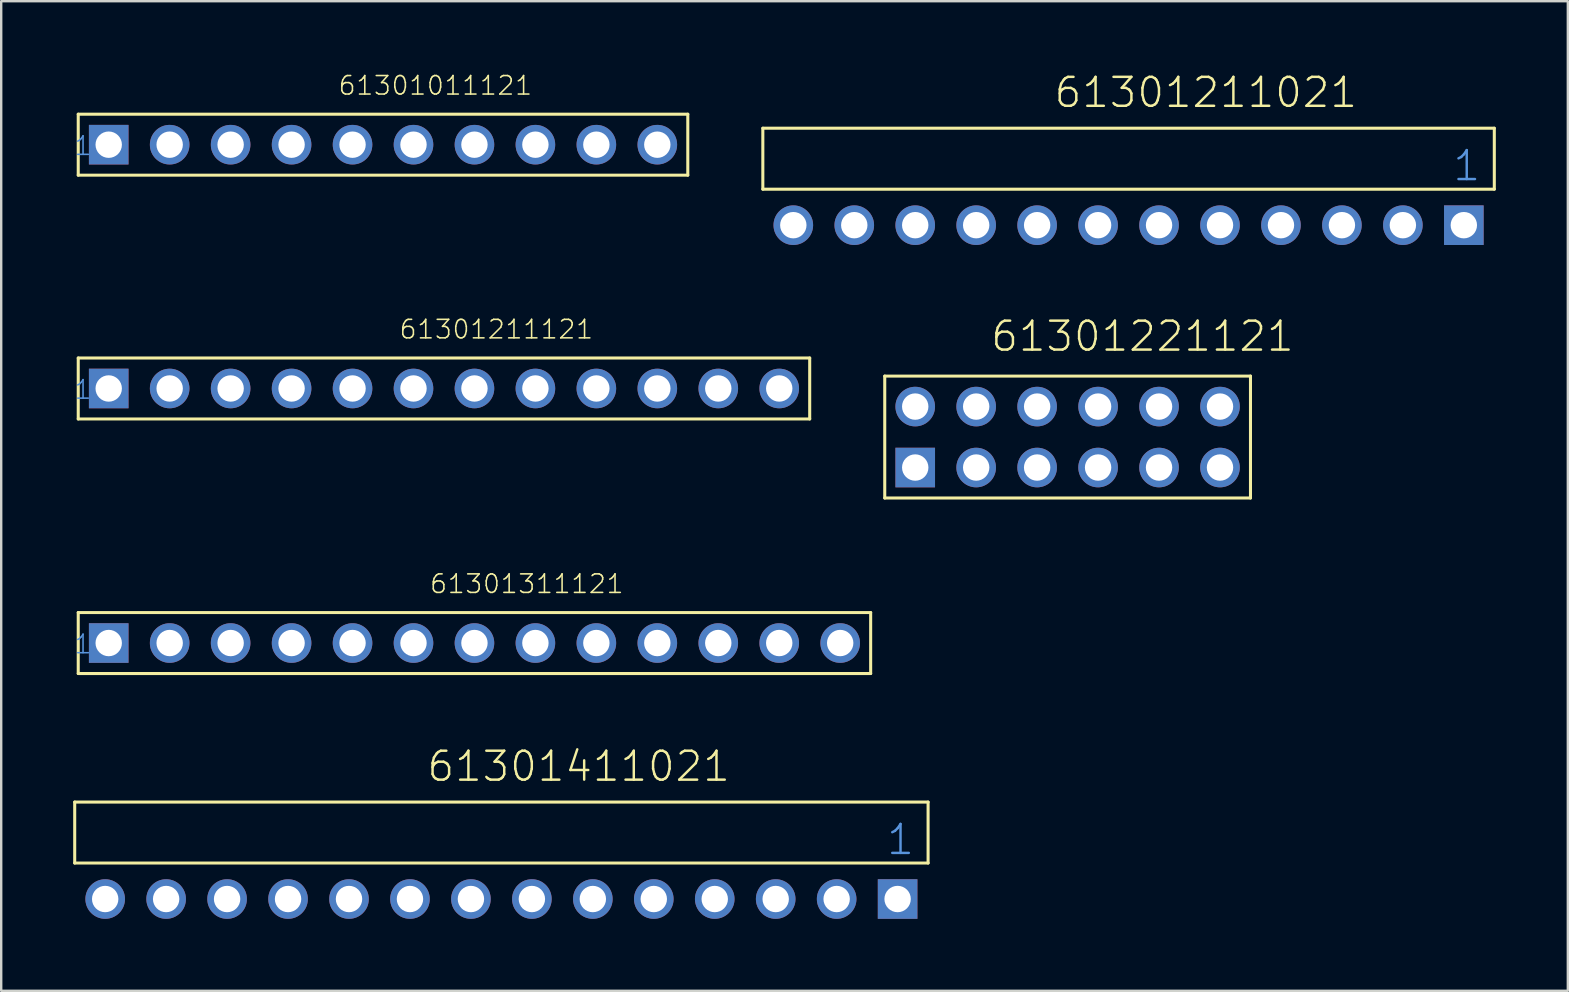
<source format=kicad_pcb>
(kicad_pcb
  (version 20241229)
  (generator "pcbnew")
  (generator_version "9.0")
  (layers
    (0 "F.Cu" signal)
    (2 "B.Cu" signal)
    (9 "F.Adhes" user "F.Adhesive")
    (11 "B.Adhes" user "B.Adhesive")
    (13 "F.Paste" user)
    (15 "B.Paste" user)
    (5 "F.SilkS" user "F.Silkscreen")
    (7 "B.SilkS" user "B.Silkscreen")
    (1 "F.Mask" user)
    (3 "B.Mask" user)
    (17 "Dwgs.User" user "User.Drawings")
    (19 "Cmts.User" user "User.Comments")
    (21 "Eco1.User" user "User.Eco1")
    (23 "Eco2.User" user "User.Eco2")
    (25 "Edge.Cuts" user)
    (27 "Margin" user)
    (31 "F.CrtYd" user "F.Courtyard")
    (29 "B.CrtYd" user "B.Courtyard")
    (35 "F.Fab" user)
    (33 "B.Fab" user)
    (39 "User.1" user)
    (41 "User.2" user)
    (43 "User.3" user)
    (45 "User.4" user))
  (footprint "61301221121"
    (layer "F.Cu")
    (at 41.437 15.162)
    (property "Reference" "61301221121" (at -3.265 -3.492 0) (layer "F.SilkS") (effects (font (size 1.206 1.206) (thickness 0.102)) (justify left bottom)))
    (attr through_hole)
    (fp_line (start -7.62 -2.54) (end 7.62 -2.54) (stroke (width 0.127) (type solid)) (layer "F.SilkS"))
    (fp_line (start -7.62 2.54) (end -7.62 -2.54) (stroke (width 0.127) (type solid)) (layer "F.SilkS"))
    (fp_line (start 7.62 -2.54) (end 7.62 2.54) (stroke (width 0.127) (type solid)) (layer "F.SilkS"))
    (fp_line (start 7.62 2.54) (end -7.62 2.54) (stroke (width 0.127) (type solid)) (layer "F.SilkS"))
    (pad "1" thru_hole rect (at -6.35 1.27 180) (size 1.65 1.65) (drill 1.1) (layers "*.Cu" "*.Mask"))
    (pad "2" thru_hole circle (at -3.81 1.27 180) (size 1.65 1.65) (drill 1.1) (layers "*.Cu" "*.Mask"))
    (pad "3" thru_hole circle (at -1.27 1.27 180) (size 1.65 1.65) (drill 1.1) (layers "*.Cu" "*.Mask"))
    (pad "4" thru_hole circle (at 1.27 1.27 180) (size 1.65 1.65) (drill 1.1) (layers "*.Cu" "*.Mask"))
    (pad "5" thru_hole circle (at 3.81 1.27 180) (size 1.65 1.65) (drill 1.1) (layers "*.Cu" "*.Mask"))
    (pad "6" thru_hole circle (at 6.35 1.27 180) (size 1.65 1.65) (drill 1.1) (layers "*.Cu" "*.Mask"))
    (pad "7" thru_hole circle (at 6.35 -1.27) (size 1.65 1.65) (drill 1.1) (layers "*.Cu" "*.Mask"))
    (pad "8" thru_hole circle (at 3.81 -1.27) (size 1.65 1.65) (drill 1.1) (layers "*.Cu" "*.Mask"))
    (pad "9" thru_hole circle (at 1.27 -1.27) (size 1.65 1.65) (drill 1.1) (layers "*.Cu" "*.Mask"))
    (pad "10" thru_hole circle (at -1.27 -1.27) (size 1.65 1.65) (drill 1.1) (layers "*.Cu" "*.Mask"))
    (pad "11" thru_hole circle (at -3.81 -1.27) (size 1.65 1.65) (drill 1.1) (layers "*.Cu" "*.Mask"))
    (pad "12" thru_hole circle (at -6.35 -1.27) (size 1.65 1.65) (drill 1.1) (layers "*.Cu" "*.Mask")))
  (footprint "61301411021"
    (layer "F.Cu")
    (at 17.843 34.412)
    (property "Reference" "61301411021" (at -3.165 -4.822 0) (layer "F.SilkS") (effects (font (size 1.206 1.206) (thickness 0.102)) (justify left bottom)))
    (attr through_hole)
    (fp_line (start -17.78 -4.04) (end 17.78 -4.04) (stroke (width 0.127) (type solid)) (layer "F.SilkS"))
    (fp_line (start -17.78 -1.5) (end -17.78 -4.04) (stroke (width 0.127) (type solid)) (layer "F.SilkS"))
    (fp_line (start 17.78 -4.04) (end 17.78 -1.5) (stroke (width 0.127) (type solid)) (layer "F.SilkS"))
    (fp_line (start 17.78 -1.5) (end -17.78 -1.5) (stroke (width 0.127) (type solid)) (layer "F.SilkS"))
    (fp_text user "1" (at 15.99 -1.77 0) (layer "Cmts.User") (effects (font (size 1.206 1.206) (thickness 0.102)) (justify left bottom)))
    (pad "1" thru_hole rect (at 16.51 0) (size 1.65 1.65) (drill 1.1) (layers "*.Cu" "*.Mask"))
    (pad "2" thru_hole circle (at 13.97 0) (size 1.65 1.65) (drill 1.1) (layers "*.Cu" "*.Mask"))
    (pad "3" thru_hole circle (at 11.43 0) (size 1.65 1.65) (drill 1.1) (layers "*.Cu" "*.Mask"))
    (pad "4" thru_hole circle (at 8.89 0) (size 1.65 1.65) (drill 1.1) (layers "*.Cu" "*.Mask"))
    (pad "5" thru_hole circle (at 6.35 0) (size 1.65 1.65) (drill 1.1) (layers "*.Cu" "*.Mask"))
    (pad "6" thru_hole circle (at 3.81 0) (size 1.65 1.65) (drill 1.1) (layers "*.Cu" "*.Mask"))
    (pad "7" thru_hole circle (at 1.27 0) (size 1.65 1.65) (drill 1.1) (layers "*.Cu" "*.Mask"))
    (pad "8" thru_hole circle (at -1.27 0) (size 1.65 1.65) (drill 1.1) (layers "*.Cu" "*.Mask"))
    (pad "9" thru_hole circle (at -3.81 0) (size 1.65 1.65) (drill 1.1) (layers "*.Cu" "*.Mask"))
    (pad "10" thru_hole circle (at -6.35 0) (size 1.65 1.65) (drill 1.1) (layers "*.Cu" "*.Mask"))
    (pad "11" thru_hole circle (at -8.89 0) (size 1.65 1.65) (drill 1.1) (layers "*.Cu" "*.Mask"))
    (pad "12" thru_hole circle (at -11.43 0) (size 1.65 1.65) (drill 1.1) (layers "*.Cu" "*.Mask"))
    (pad "13" thru_hole circle (at -13.97 0) (size 1.65 1.65) (drill 1.1) (layers "*.Cu" "*.Mask"))
    (pad "14" thru_hole circle (at -16.51 0) (size 1.65 1.65) (drill 1.1) (layers "*.Cu" "*.Mask")))
  (footprint "61301311121"
    (layer "F.Cu")
    (at 16.72 23.745)
    (property "Reference" "61301311121" (at -1.905 -2.012 0) (layer "F.SilkS") (effects (font (size 0.772 0.772) (thickness 0.065)) (justify left bottom)))
    (attr through_hole)
    (fp_line (start -16.51 -1.27) (end -16.51 1.27) (stroke (width 0.127) (type solid)) (layer "F.SilkS"))
    (fp_line (start -16.51 1.27) (end 16.51 1.27) (stroke (width 0.127) (type solid)) (layer "F.SilkS"))
    (fp_line (start 16.51 -1.27) (end -16.51 -1.27) (stroke (width 0.127) (type solid)) (layer "F.SilkS"))
    (fp_line (start 16.51 1.27) (end 16.51 -1.27) (stroke (width 0.127) (type solid)) (layer "F.SilkS"))
    (fp_text user "1" (at -16.72 0.5 0) (layer "Cmts.User") (effects (font (size 0.772 0.772) (thickness 0.065)) (justify left bottom)))
    (pad "1" thru_hole rect (at -15.24 0) (size 1.65 1.65) (drill 1.1) (layers "*.Cu" "*.Mask"))
    (pad "2" thru_hole circle (at -12.7 0) (size 1.65 1.65) (drill 1.1) (layers "*.Cu" "*.Mask"))
    (pad "3" thru_hole circle (at -10.16 0) (size 1.65 1.65) (drill 1.1) (layers "*.Cu" "*.Mask"))
    (pad "4" thru_hole circle (at -7.62 0) (size 1.65 1.65) (drill 1.1) (layers "*.Cu" "*.Mask"))
    (pad "5" thru_hole circle (at -5.08 0) (size 1.65 1.65) (drill 1.1) (layers "*.Cu" "*.Mask"))
    (pad "6" thru_hole circle (at -2.54 0) (size 1.65 1.65) (drill 1.1) (layers "*.Cu" "*.Mask"))
    (pad "7" thru_hole circle (at 0 0) (size 1.65 1.65) (drill 1.1) (layers "*.Cu" "*.Mask"))
    (pad "8" thru_hole circle (at 2.54 0) (size 1.65 1.65) (drill 1.1) (layers "*.Cu" "*.Mask"))
    (pad "9" thru_hole circle (at 5.08 0) (size 1.65 1.65) (drill 1.1) (layers "*.Cu" "*.Mask"))
    (pad "10" thru_hole circle (at 7.62 0) (size 1.65 1.65) (drill 1.1) (layers "*.Cu" "*.Mask"))
    (pad "11" thru_hole circle (at 10.16 0) (size 1.65 1.65) (drill 1.1) (layers "*.Cu" "*.Mask"))
    (pad "12" thru_hole circle (at 12.7 0) (size 1.65 1.65) (drill 1.1) (layers "*.Cu" "*.Mask"))
    (pad "13" thru_hole circle (at 15.24 0) (size 1.65 1.65) (drill 1.1) (layers "*.Cu" "*.Mask")))
  (footprint "61301211121"
    (layer "F.Cu")
    (at 15.45 13.138)
    (property "Reference" "61301211121" (at -1.905 -2.012 0) (layer "F.SilkS") (effects (font (size 0.772 0.772) (thickness 0.065)) (justify left bottom)))
    (attr through_hole)
    (fp_line (start -15.24 -1.27) (end -15.24 1.27) (stroke (width 0.127) (type solid)) (layer "F.SilkS"))
    (fp_line (start -15.24 1.27) (end 15.24 1.27) (stroke (width 0.127) (type solid)) (layer "F.SilkS"))
    (fp_line (start 15.24 -1.27) (end -15.24 -1.27) (stroke (width 0.127) (type solid)) (layer "F.SilkS"))
    (fp_line (start 15.24 1.27) (end 15.24 -1.27) (stroke (width 0.127) (type solid)) (layer "F.SilkS"))
    (fp_text user "1" (at -15.45 0.5 0) (layer "Cmts.User") (effects (font (size 0.772 0.772) (thickness 0.065)) (justify left bottom)))
    (pad "1" thru_hole rect (at -13.97 0) (size 1.65 1.65) (drill 1.1) (layers "*.Cu" "*.Mask"))
    (pad "2" thru_hole circle (at -11.43 0) (size 1.65 1.65) (drill 1.1) (layers "*.Cu" "*.Mask"))
    (pad "3" thru_hole circle (at -8.89 0) (size 1.65 1.65) (drill 1.1) (layers "*.Cu" "*.Mask"))
    (pad "4" thru_hole circle (at -6.35 0) (size 1.65 1.65) (drill 1.1) (layers "*.Cu" "*.Mask"))
    (pad "5" thru_hole circle (at -3.81 0) (size 1.65 1.65) (drill 1.1) (layers "*.Cu" "*.Mask"))
    (pad "6" thru_hole circle (at -1.27 0) (size 1.65 1.65) (drill 1.1) (layers "*.Cu" "*.Mask"))
    (pad "7" thru_hole circle (at 1.27 0) (size 1.65 1.65) (drill 1.1) (layers "*.Cu" "*.Mask"))
    (pad "8" thru_hole circle (at 3.81 0) (size 1.65 1.65) (drill 1.1) (layers "*.Cu" "*.Mask"))
    (pad "9" thru_hole circle (at 6.35 0) (size 1.65 1.65) (drill 1.1) (layers "*.Cu" "*.Mask"))
    (pad "10" thru_hole circle (at 8.89 0) (size 1.65 1.65) (drill 1.1) (layers "*.Cu" "*.Mask"))
    (pad "11" thru_hole circle (at 11.43 0) (size 1.65 1.65) (drill 1.1) (layers "*.Cu" "*.Mask"))
    (pad "12" thru_hole circle (at 13.97 0) (size 1.65 1.65) (drill 1.1) (layers "*.Cu" "*.Mask")))
  (footprint "61301011121"
    (layer "F.Cu")
    (at 12.91 2.979)
    (property "Reference" "61301011121" (at -1.905 -2.012 0) (layer "F.SilkS") (effects (font (size 0.772 0.772) (thickness 0.065)) (justify left bottom)))
    (attr through_hole)
    (fp_line (start -12.7 -1.27) (end -12.7 1.27) (stroke (width 0.127) (type solid)) (layer "F.SilkS"))
    (fp_line (start -12.7 1.27) (end 12.7 1.27) (stroke (width 0.127) (type solid)) (layer "F.SilkS"))
    (fp_line (start 12.7 -1.27) (end -12.7 -1.27) (stroke (width 0.127) (type solid)) (layer "F.SilkS"))
    (fp_line (start 12.7 1.27) (end 12.7 -1.27) (stroke (width 0.127) (type solid)) (layer "F.SilkS"))
    (fp_text user "1" (at -12.91 0.5 0) (layer "Cmts.User") (effects (font (size 0.772 0.772) (thickness 0.065)) (justify left bottom)))
    (pad "1" thru_hole rect (at -11.43 0) (size 1.65 1.65) (drill 1.1) (layers "*.Cu" "*.Mask"))
    (pad "2" thru_hole circle (at -8.89 0) (size 1.65 1.65) (drill 1.1) (layers "*.Cu" "*.Mask"))
    (pad "3" thru_hole circle (at -6.35 0) (size 1.65 1.65) (drill 1.1) (layers "*.Cu" "*.Mask"))
    (pad "4" thru_hole circle (at -3.81 0) (size 1.65 1.65) (drill 1.1) (layers "*.Cu" "*.Mask"))
    (pad "5" thru_hole circle (at -1.27 0) (size 1.65 1.65) (drill 1.1) (layers "*.Cu" "*.Mask"))
    (pad "6" thru_hole circle (at 1.27 0) (size 1.65 1.65) (drill 1.1) (layers "*.Cu" "*.Mask"))
    (pad "7" thru_hole circle (at 3.81 0) (size 1.65 1.65) (drill 1.1) (layers "*.Cu" "*.Mask"))
    (pad "8" thru_hole circle (at 6.35 0) (size 1.65 1.65) (drill 1.1) (layers "*.Cu" "*.Mask"))
    (pad "9" thru_hole circle (at 8.89 0) (size 1.65 1.65) (drill 1.1) (layers "*.Cu" "*.Mask"))
    (pad "10" thru_hole circle (at 11.43 0) (size 1.65 1.65) (drill 1.1) (layers "*.Cu" "*.Mask")))
  (footprint "61301211021"
    (layer "F.Cu")
    (at 43.977 6.333)
    (property "Reference" "61301211021" (at -3.165 -4.822 0) (layer "F.SilkS") (effects (font (size 1.206 1.206) (thickness 0.102)) (justify left bottom)))
    (attr through_hole)
    (fp_line (start -15.24 -4.04) (end 15.24 -4.04) (stroke (width 0.127) (type solid)) (layer "F.SilkS"))
    (fp_line (start -15.24 -1.5) (end -15.24 -4.04) (stroke (width 0.127) (type solid)) (layer "F.SilkS"))
    (fp_line (start 15.24 -4.04) (end 15.24 -1.5) (stroke (width 0.127) (type solid)) (layer "F.SilkS"))
    (fp_line (start 15.24 -1.5) (end -15.24 -1.5) (stroke (width 0.127) (type solid)) (layer "F.SilkS"))
    (fp_text user "1" (at 13.45 -1.77 0) (layer "Cmts.User") (effects (font (size 1.206 1.206) (thickness 0.102)) (justify left bottom)))
    (pad "1" thru_hole rect (at 13.97 0) (size 1.65 1.65) (drill 1.1) (layers "*.Cu" "*.Mask"))
    (pad "2" thru_hole circle (at 11.43 0) (size 1.65 1.65) (drill 1.1) (layers "*.Cu" "*.Mask"))
    (pad "3" thru_hole circle (at 8.89 0) (size 1.65 1.65) (drill 1.1) (layers "*.Cu" "*.Mask"))
    (pad "4" thru_hole circle (at 6.35 0) (size 1.65 1.65) (drill 1.1) (layers "*.Cu" "*.Mask"))
    (pad "5" thru_hole circle (at 3.81 0) (size 1.65 1.65) (drill 1.1) (layers "*.Cu" "*.Mask"))
    (pad "6" thru_hole circle (at 1.27 0) (size 1.65 1.65) (drill 1.1) (layers "*.Cu" "*.Mask"))
    (pad "7" thru_hole circle (at -1.27 0) (size 1.65 1.65) (drill 1.1) (layers "*.Cu" "*.Mask"))
    (pad "8" thru_hole circle (at -3.81 0) (size 1.65 1.65) (drill 1.1) (layers "*.Cu" "*.Mask"))
    (pad "9" thru_hole circle (at -6.35 0) (size 1.65 1.65) (drill 1.1) (layers "*.Cu" "*.Mask"))
    (pad "10" thru_hole circle (at -8.89 0) (size 1.65 1.65) (drill 1.1) (layers "*.Cu" "*.Mask"))
    (pad "11" thru_hole circle (at -11.43 0) (size 1.65 1.65) (drill 1.1) (layers "*.Cu" "*.Mask"))
    (pad "12" thru_hole circle (at -13.97 0) (size 1.65 1.65) (drill 1.1) (layers "*.Cu" "*.Mask")))
  (gr_rect
    (start -3 -3)
    (end 62.281 38.237)
    (stroke (width 0.1) (type default))
    (fill no)
    (layer "Edge.Cuts")))
</source>
